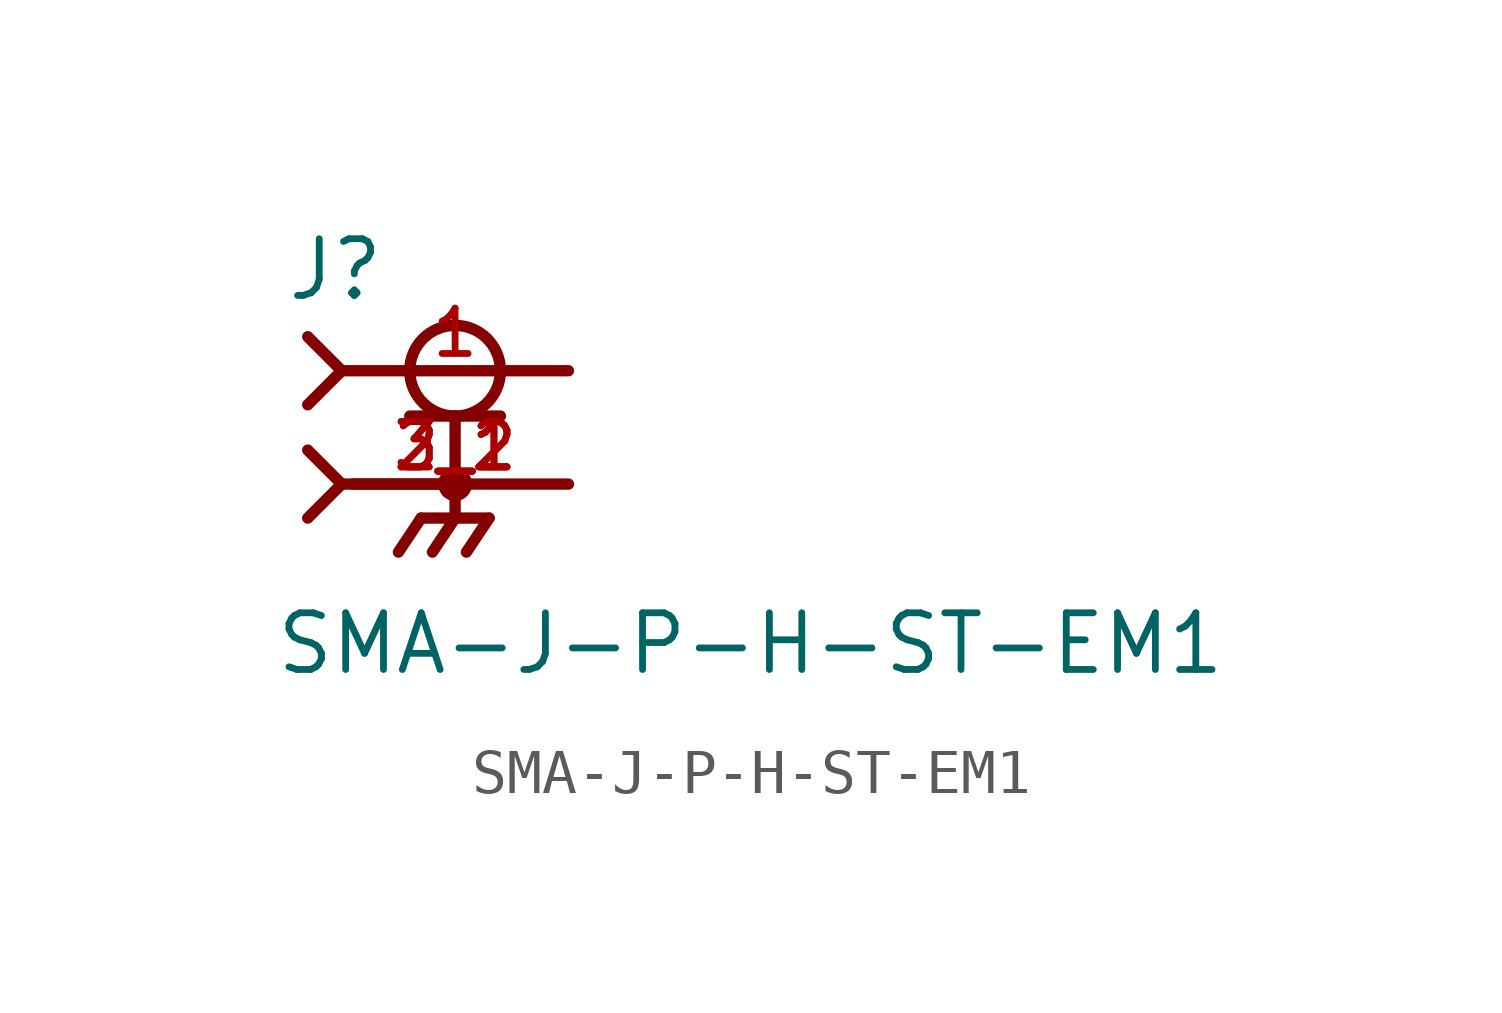
<source format=kicad_sym>
(kicad_symbol_lib
  (version 20211014)
  (generator kicad_symbol_editor)
  (symbol "SMA-J-P-H-ST-EM1"
    (pin_names
      (offset 1.016))
    (property "Reference" "J"
      (at -3.81 4.064 0)
      (effects (font (size 1.27 1.27)) (justify bottom left)))
    (property "Value" "SMA-J-P-H-ST-EM1"
      (at -4.064 -4.318 0)
      (effects (font (size 1.27 1.27)) (justify bottom left)))
    (symbol "SMA-J-P-H-ST-EM1_0_0"
      (circle (center 0.0 2.54) (radius 1.016) (stroke (width 0.254)) (fill (type none)))
      (polyline (pts (xy -1.016 1.524) (xy 0.0 1.524)) (stroke (width 0.254)))
      (polyline (pts (xy 0.0 1.524) (xy 1.016 1.524)) (stroke (width 0.254)))
      (polyline (pts (xy 0.0 0.0) (xy -2.286 0.0)) (stroke (width 0.254)))
      (polyline (pts (xy -3.302 3.302) (xy -2.54 2.54)) (stroke (width 0.254)))
      (polyline (pts (xy -3.302 1.778) (xy -2.54 2.54)) (stroke (width 0.254)))
      (polyline (pts (xy 0.0 1.524) (xy 0.0 0.0)) (stroke (width 0.254)))
      (circle (center 0.0 0.0) (radius 0.254) (stroke (width 0.254)) (fill (type none)))
      (polyline (pts (xy -2.54 2.54) (xy 2.54 2.54)) (stroke (width 0.254)))
      (polyline (pts (xy 2.54 0.0) (xy 0.0 0.0)) (stroke (width 0.254)))
      (polyline (pts (xy 0.0 0.0) (xy 0.0 -0.762)) (stroke (width 0.254)))
      (polyline (pts (xy 0.0 -0.762) (xy -0.762 -0.762)) (stroke (width 0.254)))
      (polyline (pts (xy 0.0 -0.762) (xy 0.762 -0.762)) (stroke (width 0.254)))
      (polyline (pts (xy -0.762 -0.762) (xy -1.27 -1.524)) (stroke (width 0.254)))
      (polyline (pts (xy 0.0 -0.762) (xy -0.508 -1.524)) (stroke (width 0.254)))
      (polyline (pts (xy 0.762 -0.762) (xy 0.254 -1.524)) (stroke (width 0.254)))
      (polyline (pts (xy -3.302 0.762) (xy -2.54 0.0)) (stroke (width 0.254)))
      (polyline (pts (xy -3.302 -0.762) (xy -2.54 0.0)) (stroke (width 0.254)))
      (polyline (pts (xy -2.54 0.0) (xy 0.0 0.0)) (stroke (width 0.254)))
      (pin passive line (at 2.54 2.54 180.0) (length 5.08) (name "~" (effects (font (size 1.016 1.016)))) (number "1" (effects (font (size 1.016 1.016)))))
      (pin passive line (at 2.54 0.0 180.0) (length 5.08) (name "~" (effects (font (size 1.016 1.016)))) (number "2_1" (effects (font (size 1.016 1.016)))))
      (pin passive line (at 2.54 0.0 180.0) (length 5.08) (name "~" (effects (font (size 1.016 1.016)))) (number "2_2" (effects (font (size 1.016 1.016)))))
      (pin passive line (at 2.54 0.0 180.0) (length 5.08) (name "~" (effects (font (size 1.016 1.016)))) (number "3_1" (effects (font (size 1.016 1.016)))))
      (pin passive line (at 2.54 0.0 180.0) (length 5.08) (name "~" (effects (font (size 1.016 1.016)))) (number "3_2" (effects (font (size 1.016 1.016))))))))
</source>
